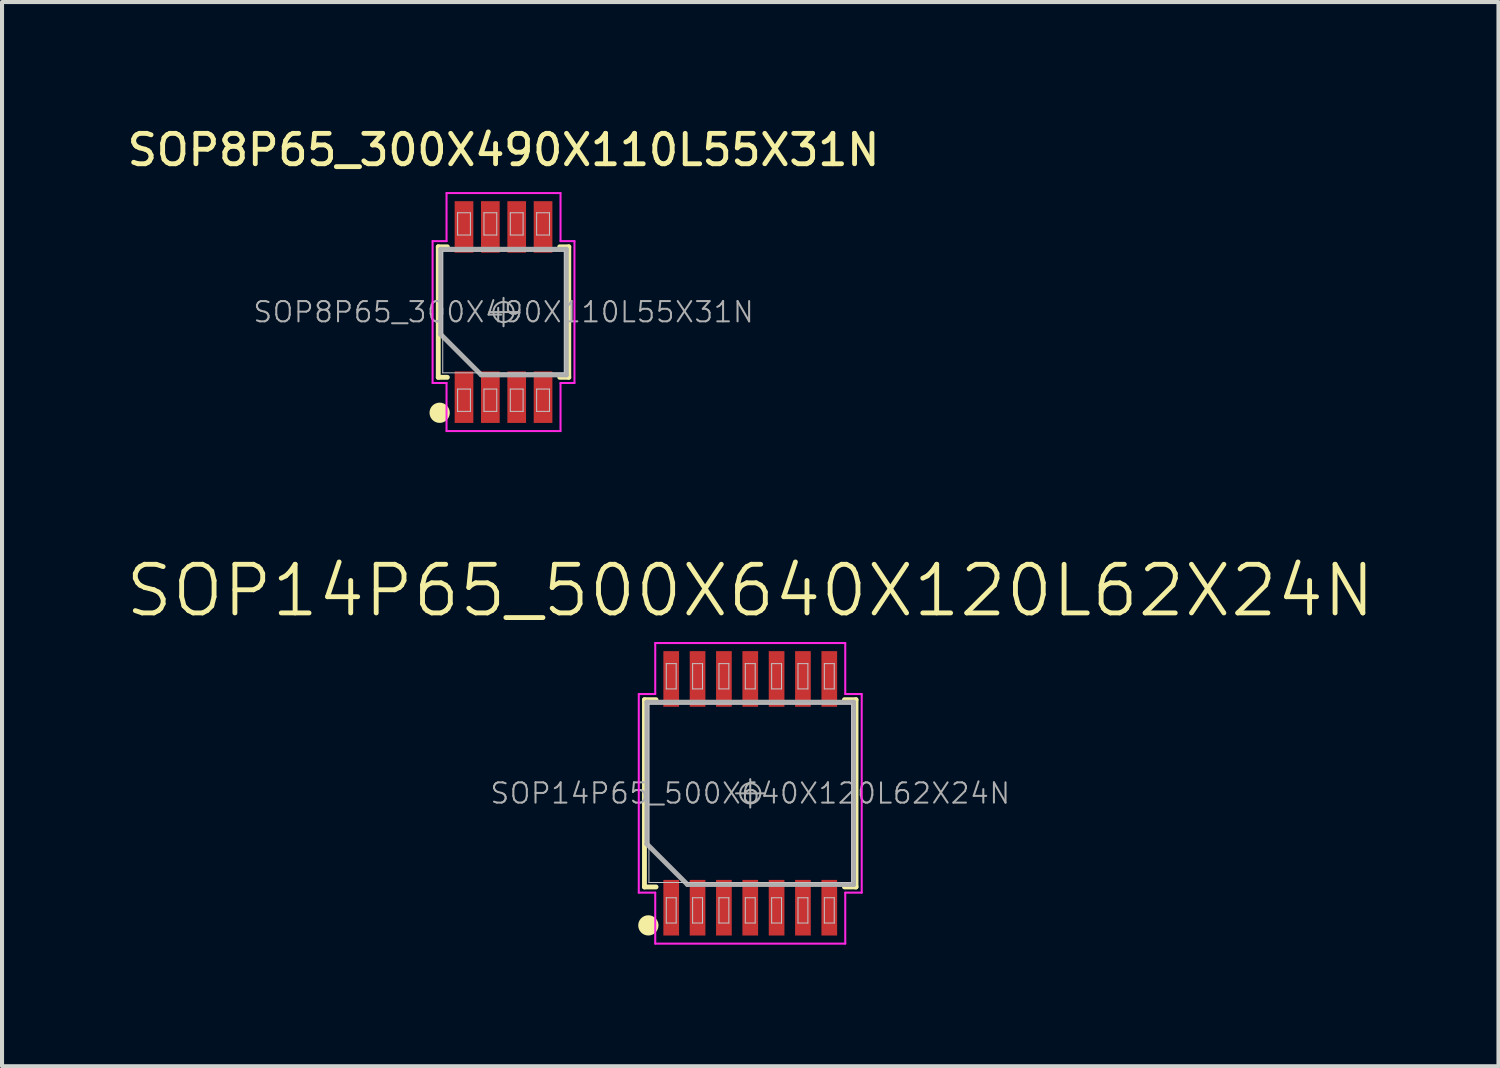
<source format=kicad_pcb>
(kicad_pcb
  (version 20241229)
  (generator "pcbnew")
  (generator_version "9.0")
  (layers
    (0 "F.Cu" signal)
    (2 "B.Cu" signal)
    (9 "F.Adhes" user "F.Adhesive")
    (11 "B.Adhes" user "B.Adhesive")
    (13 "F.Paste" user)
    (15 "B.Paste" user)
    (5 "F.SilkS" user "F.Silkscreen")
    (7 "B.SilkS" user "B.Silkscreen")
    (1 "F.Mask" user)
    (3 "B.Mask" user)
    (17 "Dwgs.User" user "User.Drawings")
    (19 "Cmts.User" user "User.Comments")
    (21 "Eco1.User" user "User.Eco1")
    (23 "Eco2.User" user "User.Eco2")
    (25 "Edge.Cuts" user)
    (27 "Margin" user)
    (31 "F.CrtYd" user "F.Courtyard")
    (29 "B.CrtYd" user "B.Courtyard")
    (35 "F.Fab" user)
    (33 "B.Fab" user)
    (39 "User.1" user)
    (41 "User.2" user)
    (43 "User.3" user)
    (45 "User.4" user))
  (footprint "SOP14P65_500X640X120L62X24N"
    (layer "F.Cu")
    (at 15.46 16.523)
    (property "Reference" "SOP14P65_500X640X120L62X24N" (at 0 -5 0) (layer "F.SilkS") (effects (font (size 1.2 1.2) (thickness 0.12))))
    (attr smd)
    (fp_line (start -2.61 -2.31) (end -2.324 -2.31) (stroke (width 0.12) (type solid)) (layer "F.SilkS"))
    (fp_line (start -2.61 2.31) (end -2.61 -2.31) (stroke (width 0.12) (type solid)) (layer "F.SilkS"))
    (fp_line (start -2.324 2.31) (end -2.61 2.31) (stroke (width 0.12) (type solid)) (layer "F.SilkS"))
    (fp_line (start 2.324 2.31) (end 2.61 2.31) (stroke (width 0.12) (type solid)) (layer "F.SilkS"))
    (fp_line (start 2.61 -2.31) (end 2.324 -2.31) (stroke (width 0.12) (type solid)) (layer "F.SilkS"))
    (fp_line (start 2.61 2.31) (end 2.61 -2.31) (stroke (width 0.12) (type solid)) (layer "F.SilkS"))
    (fp_circle (center -2.514 3.258) (end -2.514 3.383) (stroke (width 0.25) (type solid)) (fill no) (layer "F.SilkS"))
    (fp_line (start -2.5 -2.2) (end 2.5 -2.2) (stroke (width 0.025) (type solid)) (layer "Dwgs.User"))
    (fp_line (start -2.5 2.2) (end -2.5 -2.2) (stroke (width 0.025) (type solid)) (layer "Dwgs.User"))
    (fp_line (start -2.072 -3.2) (end -1.828 -3.2) (stroke (width 0.025) (type solid)) (layer "Dwgs.User"))
    (fp_line (start -2.072 -2.576) (end -2.072 -3.2) (stroke (width 0.025) (type solid)) (layer "Dwgs.User"))
    (fp_line (start -2.072 2.576) (end -1.828 2.576) (stroke (width 0.025) (type solid)) (layer "Dwgs.User"))
    (fp_line (start -2.072 3.2) (end -2.072 2.576) (stroke (width 0.025) (type solid)) (layer "Dwgs.User"))
    (fp_line (start -1.828 -3.2) (end -1.828 -2.576) (stroke (width 0.025) (type solid)) (layer "Dwgs.User"))
    (fp_line (start -1.828 -2.576) (end -2.072 -2.576) (stroke (width 0.025) (type solid)) (layer "Dwgs.User"))
    (fp_line (start -1.828 2.576) (end -1.828 3.2) (stroke (width 0.025) (type solid)) (layer "Dwgs.User"))
    (fp_line (start -1.828 3.2) (end -2.072 3.2) (stroke (width 0.025) (type solid)) (layer "Dwgs.User"))
    (fp_line (start -1.422 -3.2) (end -1.178 -3.2) (stroke (width 0.025) (type solid)) (layer "Dwgs.User"))
    (fp_line (start -1.422 -2.576) (end -1.422 -3.2) (stroke (width 0.025) (type solid)) (layer "Dwgs.User"))
    (fp_line (start -1.422 2.576) (end -1.178 2.576) (stroke (width 0.025) (type solid)) (layer "Dwgs.User"))
    (fp_line (start -1.422 3.2) (end -1.422 2.576) (stroke (width 0.025) (type solid)) (layer "Dwgs.User"))
    (fp_line (start -1.178 -3.2) (end -1.178 -2.576) (stroke (width 0.025) (type solid)) (layer "Dwgs.User"))
    (fp_line (start -1.178 -2.576) (end -1.422 -2.576) (stroke (width 0.025) (type solid)) (layer "Dwgs.User"))
    (fp_line (start -1.178 2.576) (end -1.178 3.2) (stroke (width 0.025) (type solid)) (layer "Dwgs.User"))
    (fp_line (start -1.178 3.2) (end -1.422 3.2) (stroke (width 0.025) (type solid)) (layer "Dwgs.User"))
    (fp_line (start -0.772 -3.2) (end -0.528 -3.2) (stroke (width 0.025) (type solid)) (layer "Dwgs.User"))
    (fp_line (start -0.772 -2.576) (end -0.772 -3.2) (stroke (width 0.025) (type solid)) (layer "Dwgs.User"))
    (fp_line (start -0.772 2.576) (end -0.528 2.576) (stroke (width 0.025) (type solid)) (layer "Dwgs.User"))
    (fp_line (start -0.772 3.2) (end -0.772 2.576) (stroke (width 0.025) (type solid)) (layer "Dwgs.User"))
    (fp_line (start -0.528 -3.2) (end -0.528 -2.576) (stroke (width 0.025) (type solid)) (layer "Dwgs.User"))
    (fp_line (start -0.528 -2.576) (end -0.772 -2.576) (stroke (width 0.025) (type solid)) (layer "Dwgs.User"))
    (fp_line (start -0.528 2.576) (end -0.528 3.2) (stroke (width 0.025) (type solid)) (layer "Dwgs.User"))
    (fp_line (start -0.528 3.2) (end -0.772 3.2) (stroke (width 0.025) (type solid)) (layer "Dwgs.User"))
    (fp_line (start -0.122 -3.2) (end 0.122 -3.2) (stroke (width 0.025) (type solid)) (layer "Dwgs.User"))
    (fp_line (start -0.122 -2.576) (end -0.122 -3.2) (stroke (width 0.025) (type solid)) (layer "Dwgs.User"))
    (fp_line (start -0.122 2.576) (end 0.122 2.576) (stroke (width 0.025) (type solid)) (layer "Dwgs.User"))
    (fp_line (start -0.122 3.2) (end -0.122 2.576) (stroke (width 0.025) (type solid)) (layer "Dwgs.User"))
    (fp_line (start 0.122 -3.2) (end 0.122 -2.576) (stroke (width 0.025) (type solid)) (layer "Dwgs.User"))
    (fp_line (start 0.122 -2.576) (end -0.122 -2.576) (stroke (width 0.025) (type solid)) (layer "Dwgs.User"))
    (fp_line (start 0.122 2.576) (end 0.122 3.2) (stroke (width 0.025) (type solid)) (layer "Dwgs.User"))
    (fp_line (start 0.122 3.2) (end -0.122 3.2) (stroke (width 0.025) (type solid)) (layer "Dwgs.User"))
    (fp_line (start 0.528 -3.2) (end 0.772 -3.2) (stroke (width 0.025) (type solid)) (layer "Dwgs.User"))
    (fp_line (start 0.528 -2.576) (end 0.528 -3.2) (stroke (width 0.025) (type solid)) (layer "Dwgs.User"))
    (fp_line (start 0.528 2.576) (end 0.772 2.576) (stroke (width 0.025) (type solid)) (layer "Dwgs.User"))
    (fp_line (start 0.528 3.2) (end 0.528 2.576) (stroke (width 0.025) (type solid)) (layer "Dwgs.User"))
    (fp_line (start 0.772 -3.2) (end 0.772 -2.576) (stroke (width 0.025) (type solid)) (layer "Dwgs.User"))
    (fp_line (start 0.772 -2.576) (end 0.528 -2.576) (stroke (width 0.025) (type solid)) (layer "Dwgs.User"))
    (fp_line (start 0.772 2.576) (end 0.772 3.2) (stroke (width 0.025) (type solid)) (layer "Dwgs.User"))
    (fp_line (start 0.772 3.2) (end 0.528 3.2) (stroke (width 0.025) (type solid)) (layer "Dwgs.User"))
    (fp_line (start 1.178 -3.2) (end 1.422 -3.2) (stroke (width 0.025) (type solid)) (layer "Dwgs.User"))
    (fp_line (start 1.178 -2.576) (end 1.178 -3.2) (stroke (width 0.025) (type solid)) (layer "Dwgs.User"))
    (fp_line (start 1.178 2.576) (end 1.422 2.576) (stroke (width 0.025) (type solid)) (layer "Dwgs.User"))
    (fp_line (start 1.178 3.2) (end 1.178 2.576) (stroke (width 0.025) (type solid)) (layer "Dwgs.User"))
    (fp_line (start 1.422 -3.2) (end 1.422 -2.576) (stroke (width 0.025) (type solid)) (layer "Dwgs.User"))
    (fp_line (start 1.422 -2.576) (end 1.178 -2.576) (stroke (width 0.025) (type solid)) (layer "Dwgs.User"))
    (fp_line (start 1.422 2.576) (end 1.422 3.2) (stroke (width 0.025) (type solid)) (layer "Dwgs.User"))
    (fp_line (start 1.422 3.2) (end 1.178 3.2) (stroke (width 0.025) (type solid)) (layer "Dwgs.User"))
    (fp_line (start 1.828 -3.2) (end 2.072 -3.2) (stroke (width 0.025) (type solid)) (layer "Dwgs.User"))
    (fp_line (start 1.828 -2.576) (end 1.828 -3.2) (stroke (width 0.025) (type solid)) (layer "Dwgs.User"))
    (fp_line (start 1.828 2.576) (end 2.072 2.576) (stroke (width 0.025) (type solid)) (layer "Dwgs.User"))
    (fp_line (start 1.828 3.2) (end 1.828 2.576) (stroke (width 0.025) (type solid)) (layer "Dwgs.User"))
    (fp_line (start 2.072 -3.2) (end 2.072 -2.576) (stroke (width 0.025) (type solid)) (layer "Dwgs.User"))
    (fp_line (start 2.072 -2.576) (end 1.828 -2.576) (stroke (width 0.025) (type solid)) (layer "Dwgs.User"))
    (fp_line (start 2.072 2.576) (end 2.072 3.2) (stroke (width 0.025) (type solid)) (layer "Dwgs.User"))
    (fp_line (start 2.072 3.2) (end 1.828 3.2) (stroke (width 0.025) (type solid)) (layer "Dwgs.User"))
    (fp_line (start 2.5 -2.2) (end 2.5 2.2) (stroke (width 0.025) (type solid)) (layer "Dwgs.User"))
    (fp_line (start 2.5 2.2) (end -2.5 2.2) (stroke (width 0.025) (type solid)) (layer "Dwgs.User"))
    (fp_line (start -2.75 -2.45) (end -2.75 2.45) (stroke (width 0.05) (type solid)) (layer "F.CrtYd"))
    (fp_line (start -2.75 2.45) (end -2.344 2.45) (stroke (width 0.05) (type solid)) (layer "F.CrtYd"))
    (fp_line (start -2.344 -3.708) (end -2.344 -2.45) (stroke (width 0.05) (type solid)) (layer "F.CrtYd"))
    (fp_line (start -2.344 -2.45) (end -2.75 -2.45) (stroke (width 0.05) (type solid)) (layer "F.CrtYd"))
    (fp_line (start -2.344 2.45) (end -2.344 3.708) (stroke (width 0.05) (type solid)) (layer "F.CrtYd"))
    (fp_line (start -2.344 3.708) (end 2.344 3.708) (stroke (width 0.05) (type solid)) (layer "F.CrtYd"))
    (fp_line (start 2.344 -3.708) (end -2.344 -3.708) (stroke (width 0.05) (type solid)) (layer "F.CrtYd"))
    (fp_line (start 2.344 -2.45) (end 2.344 -3.708) (stroke (width 0.05) (type solid)) (layer "F.CrtYd"))
    (fp_line (start 2.344 2.45) (end 2.75 2.45) (stroke (width 0.05) (type solid)) (layer "F.CrtYd"))
    (fp_line (start 2.344 3.708) (end 2.344 2.45) (stroke (width 0.05) (type solid)) (layer "F.CrtYd"))
    (fp_line (start 2.75 -2.45) (end 2.344 -2.45) (stroke (width 0.05) (type solid)) (layer "F.CrtYd"))
    (fp_line (start 2.75 2.45) (end 2.75 -2.45) (stroke (width 0.05) (type solid)) (layer "F.CrtYd"))
    (fp_line (start -2.55 -2.25) (end 2.55 -2.25) (stroke (width 0.12) (type solid)) (layer "F.Fab"))
    (fp_line (start -2.55 1.25) (end -2.55 -2.25) (stroke (width 0.12) (type solid)) (layer "F.Fab"))
    (fp_line (start -1.55 2.25) (end -2.55 1.25) (stroke (width 0.12) (type solid)) (layer "F.Fab"))
    (fp_line (start -0.35 0) (end 0.35 0) (stroke (width 0.05) (type solid)) (layer "F.Fab"))
    (fp_line (start 0 -0.35) (end 0 0.35) (stroke (width 0.05) (type solid)) (layer "F.Fab"))
    (fp_line (start 2.55 -2.25) (end 2.55 2.25) (stroke (width 0.12) (type solid)) (layer "F.Fab"))
    (fp_line (start 2.55 2.25) (end -1.55 2.25) (stroke (width 0.12) (type solid)) (layer "F.Fab"))
    (fp_circle (center 0 0) (end 0.25 0) (stroke (width 0.05) (type solid)) (fill no) (layer "F.Fab"))
    (fp_text user "${REFERENCE}" (at 0 0 0) (layer "F.Fab") (effects (font (size 0.5 0.5) (thickness 0.05))))
    (pad "1" smd rect (at -1.95 2.822 90) (size 1.372 0.387) (layers "F.Cu" "F.Mask" "F.Paste"))
    (pad "2" smd rect (at -1.3 2.822 90) (size 1.372 0.387) (layers "F.Cu" "F.Mask" "F.Paste"))
    (pad "3" smd rect (at -0.65 2.822 90) (size 1.372 0.387) (layers "F.Cu" "F.Mask" "F.Paste"))
    (pad "4" smd rect (at 0 2.822 90) (size 1.372 0.387) (layers "F.Cu" "F.Mask" "F.Paste"))
    (pad "5" smd rect (at 0.65 2.822 90) (size 1.372 0.387) (layers "F.Cu" "F.Mask" "F.Paste"))
    (pad "6" smd rect (at 1.3 2.822 90) (size 1.372 0.387) (layers "F.Cu" "F.Mask" "F.Paste"))
    (pad "7" smd rect (at 1.95 2.822 90) (size 1.372 0.387) (layers "F.Cu" "F.Mask" "F.Paste"))
    (pad "8" smd rect (at 1.95 -2.822 90) (size 1.372 0.387) (layers "F.Cu" "F.Mask" "F.Paste"))
    (pad "9" smd rect (at 1.3 -2.822 90) (size 1.372 0.387) (layers "F.Cu" "F.Mask" "F.Paste"))
    (pad "10" smd rect (at 0.65 -2.822 90) (size 1.372 0.387) (layers "F.Cu" "F.Mask" "F.Paste"))
    (pad "11" smd rect (at 0 -2.822 90) (size 1.372 0.387) (layers "F.Cu" "F.Mask" "F.Paste"))
    (pad "12" smd rect (at -0.65 -2.822 90) (size 1.372 0.387) (layers "F.Cu" "F.Mask" "F.Paste"))
    (pad "13" smd rect (at -1.3 -2.822 90) (size 1.372 0.387) (layers "F.Cu" "F.Mask" "F.Paste"))
    (pad "14" smd rect (at -1.95 -2.822 90) (size 1.372 0.387) (layers "F.Cu" "F.Mask" "F.Paste")))
  (footprint "SOP8P65_300X490X110L55X31N"
    (layer "F.Cu")
    (at 9.373 4.649)
    (property "Reference" "SOP8P65_300X490X110L55X31N" (at 0 -4 0) (layer "F.SilkS") (effects (font (size 0.75 0.75) (thickness 0.12))))
    (attr smd)
    (fp_line (start -1.61 -1.61) (end -1.386 -1.61) (stroke (width 0.12) (type solid)) (layer "F.SilkS"))
    (fp_line (start -1.61 1.61) (end -1.61 -1.61) (stroke (width 0.12) (type solid)) (layer "F.SilkS"))
    (fp_line (start -1.386 1.61) (end -1.61 1.61) (stroke (width 0.12) (type solid)) (layer "F.SilkS"))
    (fp_line (start 1.386 1.61) (end 1.61 1.61) (stroke (width 0.12) (type solid)) (layer "F.SilkS"))
    (fp_line (start 1.61 -1.61) (end 1.386 -1.61) (stroke (width 0.12) (type solid)) (layer "F.SilkS"))
    (fp_line (start 1.61 1.61) (end 1.61 -1.61) (stroke (width 0.12) (type solid)) (layer "F.SilkS"))
    (fp_circle (center -1.576 2.485) (end -1.576 2.61) (stroke (width 0.25) (type solid)) (fill no) (layer "F.SilkS"))
    (fp_line (start -1.5 -1.5) (end 1.5 -1.5) (stroke (width 0.025) (type solid)) (layer "Dwgs.User"))
    (fp_line (start -1.5 1.5) (end -1.5 -1.5) (stroke (width 0.025) (type solid)) (layer "Dwgs.User"))
    (fp_line (start -1.133 -2.45) (end -0.817 -2.45) (stroke (width 0.025) (type solid)) (layer "Dwgs.User"))
    (fp_line (start -1.133 -1.9) (end -1.133 -2.45) (stroke (width 0.025) (type solid)) (layer "Dwgs.User"))
    (fp_line (start -1.133 1.9) (end -0.817 1.9) (stroke (width 0.025) (type solid)) (layer "Dwgs.User"))
    (fp_line (start -1.133 2.45) (end -1.133 1.9) (stroke (width 0.025) (type solid)) (layer "Dwgs.User"))
    (fp_line (start -0.817 -2.45) (end -0.817 -1.9) (stroke (width 0.025) (type solid)) (layer "Dwgs.User"))
    (fp_line (start -0.817 -1.9) (end -1.133 -1.9) (stroke (width 0.025) (type solid)) (layer "Dwgs.User"))
    (fp_line (start -0.817 1.9) (end -0.817 2.45) (stroke (width 0.025) (type solid)) (layer "Dwgs.User"))
    (fp_line (start -0.817 2.45) (end -1.133 2.45) (stroke (width 0.025) (type solid)) (layer "Dwgs.User"))
    (fp_line (start -0.483 -2.45) (end -0.167 -2.45) (stroke (width 0.025) (type solid)) (layer "Dwgs.User"))
    (fp_line (start -0.483 -1.9) (end -0.483 -2.45) (stroke (width 0.025) (type solid)) (layer "Dwgs.User"))
    (fp_line (start -0.483 1.9) (end -0.167 1.9) (stroke (width 0.025) (type solid)) (layer "Dwgs.User"))
    (fp_line (start -0.483 2.45) (end -0.483 1.9) (stroke (width 0.025) (type solid)) (layer "Dwgs.User"))
    (fp_line (start -0.167 -2.45) (end -0.167 -1.9) (stroke (width 0.025) (type solid)) (layer "Dwgs.User"))
    (fp_line (start -0.167 -1.9) (end -0.483 -1.9) (stroke (width 0.025) (type solid)) (layer "Dwgs.User"))
    (fp_line (start -0.167 1.9) (end -0.167 2.45) (stroke (width 0.025) (type solid)) (layer "Dwgs.User"))
    (fp_line (start -0.167 2.45) (end -0.483 2.45) (stroke (width 0.025) (type solid)) (layer "Dwgs.User"))
    (fp_line (start 0.167 -2.45) (end 0.483 -2.45) (stroke (width 0.025) (type solid)) (layer "Dwgs.User"))
    (fp_line (start 0.167 -1.9) (end 0.167 -2.45) (stroke (width 0.025) (type solid)) (layer "Dwgs.User"))
    (fp_line (start 0.167 1.9) (end 0.483 1.9) (stroke (width 0.025) (type solid)) (layer "Dwgs.User"))
    (fp_line (start 0.167 2.45) (end 0.167 1.9) (stroke (width 0.025) (type solid)) (layer "Dwgs.User"))
    (fp_line (start 0.483 -2.45) (end 0.483 -1.9) (stroke (width 0.025) (type solid)) (layer "Dwgs.User"))
    (fp_line (start 0.483 -1.9) (end 0.167 -1.9) (stroke (width 0.025) (type solid)) (layer "Dwgs.User"))
    (fp_line (start 0.483 1.9) (end 0.483 2.45) (stroke (width 0.025) (type solid)) (layer "Dwgs.User"))
    (fp_line (start 0.483 2.45) (end 0.167 2.45) (stroke (width 0.025) (type solid)) (layer "Dwgs.User"))
    (fp_line (start 0.817 -2.45) (end 1.133 -2.45) (stroke (width 0.025) (type solid)) (layer "Dwgs.User"))
    (fp_line (start 0.817 -1.9) (end 0.817 -2.45) (stroke (width 0.025) (type solid)) (layer "Dwgs.User"))
    (fp_line (start 0.817 1.9) (end 1.133 1.9) (stroke (width 0.025) (type solid)) (layer "Dwgs.User"))
    (fp_line (start 0.817 2.45) (end 0.817 1.9) (stroke (width 0.025) (type solid)) (layer "Dwgs.User"))
    (fp_line (start 1.133 -2.45) (end 1.133 -1.9) (stroke (width 0.025) (type solid)) (layer "Dwgs.User"))
    (fp_line (start 1.133 -1.9) (end 0.817 -1.9) (stroke (width 0.025) (type solid)) (layer "Dwgs.User"))
    (fp_line (start 1.133 1.9) (end 1.133 2.45) (stroke (width 0.025) (type solid)) (layer "Dwgs.User"))
    (fp_line (start 1.133 2.45) (end 0.817 2.45) (stroke (width 0.025) (type solid)) (layer "Dwgs.User"))
    (fp_line (start 1.5 -1.5) (end 1.5 1.5) (stroke (width 0.025) (type solid)) (layer "Dwgs.User"))
    (fp_line (start 1.5 1.5) (end -1.5 1.5) (stroke (width 0.025) (type solid)) (layer "Dwgs.User"))
    (fp_line (start -1.75 -1.75) (end -1.75 1.75) (stroke (width 0.05) (type solid)) (layer "F.CrtYd"))
    (fp_line (start -1.75 1.75) (end -1.406 1.75) (stroke (width 0.05) (type solid)) (layer "F.CrtYd"))
    (fp_line (start -1.406 -2.936) (end -1.406 -1.75) (stroke (width 0.05) (type solid)) (layer "F.CrtYd"))
    (fp_line (start -1.406 -1.75) (end -1.75 -1.75) (stroke (width 0.05) (type solid)) (layer "F.CrtYd"))
    (fp_line (start -1.406 1.75) (end -1.406 2.936) (stroke (width 0.05) (type solid)) (layer "F.CrtYd"))
    (fp_line (start -1.406 2.936) (end 1.406 2.936) (stroke (width 0.05) (type solid)) (layer "F.CrtYd"))
    (fp_line (start 1.406 -2.936) (end -1.406 -2.936) (stroke (width 0.05) (type solid)) (layer "F.CrtYd"))
    (fp_line (start 1.406 -1.75) (end 1.406 -2.936) (stroke (width 0.05) (type solid)) (layer "F.CrtYd"))
    (fp_line (start 1.406 1.75) (end 1.75 1.75) (stroke (width 0.05) (type solid)) (layer "F.CrtYd"))
    (fp_line (start 1.406 2.936) (end 1.406 1.75) (stroke (width 0.05) (type solid)) (layer "F.CrtYd"))
    (fp_line (start 1.75 -1.75) (end 1.406 -1.75) (stroke (width 0.05) (type solid)) (layer "F.CrtYd"))
    (fp_line (start 1.75 1.75) (end 1.75 -1.75) (stroke (width 0.05) (type solid)) (layer "F.CrtYd"))
    (fp_line (start -1.55 -1.55) (end 1.55 -1.55) (stroke (width 0.12) (type solid)) (layer "F.Fab"))
    (fp_line (start -1.55 0.55) (end -1.55 -1.55) (stroke (width 0.12) (type solid)) (layer "F.Fab"))
    (fp_line (start -0.55 1.55) (end -1.55 0.55) (stroke (width 0.12) (type solid)) (layer "F.Fab"))
    (fp_line (start -0.35 0) (end 0.35 0) (stroke (width 0.05) (type solid)) (layer "F.Fab"))
    (fp_line (start 0 -0.35) (end 0 0.35) (stroke (width 0.05) (type solid)) (layer "F.Fab"))
    (fp_line (start 1.55 -1.55) (end 1.55 1.55) (stroke (width 0.12) (type solid)) (layer "F.Fab"))
    (fp_line (start 1.55 1.55) (end -0.55 1.55) (stroke (width 0.12) (type solid)) (layer "F.Fab"))
    (fp_circle (center 0 0) (end 0.25 0) (stroke (width 0.05) (type solid)) (fill no) (layer "F.Fab"))
    (fp_text user "${REFERENCE}" (at 0 0 0) (layer "F.Fab") (effects (font (size 0.5 0.5) (thickness 0.05))))
    (pad "1" smd rect (at -0.975 2.1 90) (size 1.271 0.461) (layers "F.Cu" "F.Mask" "F.Paste"))
    (pad "2" smd rect (at -0.325 2.1 90) (size 1.271 0.461) (layers "F.Cu" "F.Mask" "F.Paste"))
    (pad "3" smd rect (at 0.325 2.1 90) (size 1.271 0.461) (layers "F.Cu" "F.Mask" "F.Paste"))
    (pad "4" smd rect (at 0.975 2.1 90) (size 1.271 0.461) (layers "F.Cu" "F.Mask" "F.Paste"))
    (pad "5" smd rect (at 0.975 -2.1 90) (size 1.271 0.461) (layers "F.Cu" "F.Mask" "F.Paste"))
    (pad "6" smd rect (at 0.325 -2.1 90) (size 1.271 0.461) (layers "F.Cu" "F.Mask" "F.Paste"))
    (pad "7" smd rect (at -0.325 -2.1 90) (size 1.271 0.461) (layers "F.Cu" "F.Mask" "F.Paste"))
    (pad "8" smd rect (at -0.975 -2.1 90) (size 1.271 0.461) (layers "F.Cu" "F.Mask" "F.Paste")))
  (gr_rect
    (start -3 -3)
    (end 33.92 23.256)
    (stroke (width 0.1) (type default))
    (fill no)
    (layer "Edge.Cuts")))
</source>
